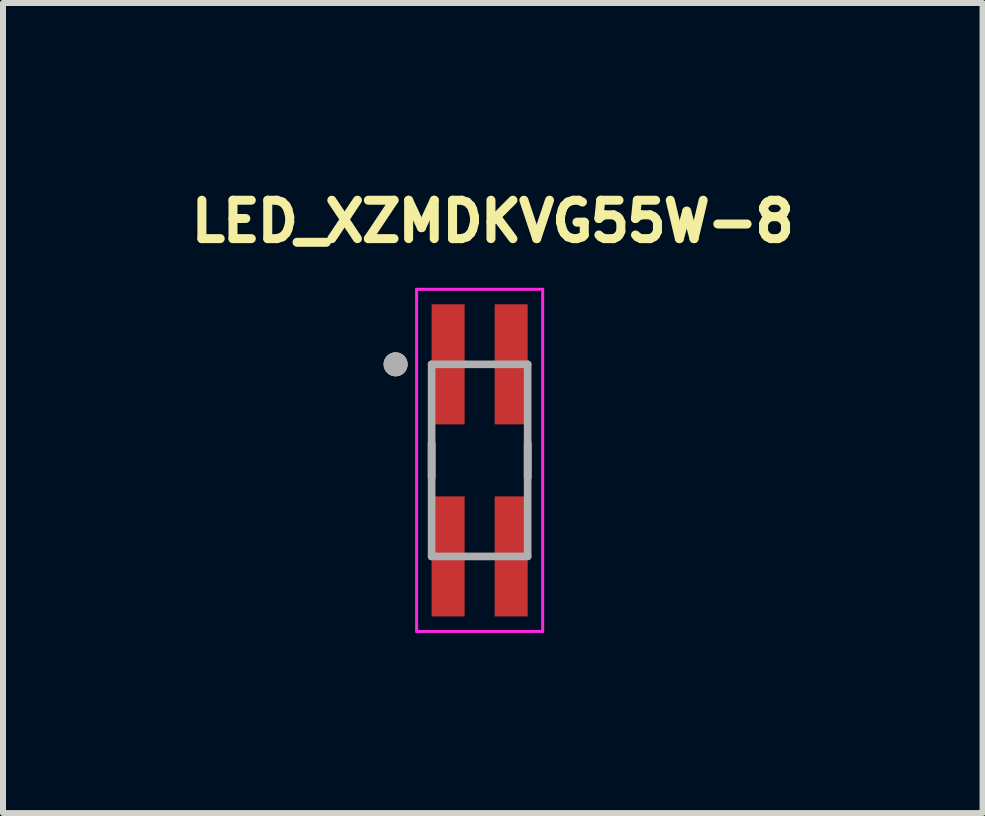
<source format=kicad_pcb>
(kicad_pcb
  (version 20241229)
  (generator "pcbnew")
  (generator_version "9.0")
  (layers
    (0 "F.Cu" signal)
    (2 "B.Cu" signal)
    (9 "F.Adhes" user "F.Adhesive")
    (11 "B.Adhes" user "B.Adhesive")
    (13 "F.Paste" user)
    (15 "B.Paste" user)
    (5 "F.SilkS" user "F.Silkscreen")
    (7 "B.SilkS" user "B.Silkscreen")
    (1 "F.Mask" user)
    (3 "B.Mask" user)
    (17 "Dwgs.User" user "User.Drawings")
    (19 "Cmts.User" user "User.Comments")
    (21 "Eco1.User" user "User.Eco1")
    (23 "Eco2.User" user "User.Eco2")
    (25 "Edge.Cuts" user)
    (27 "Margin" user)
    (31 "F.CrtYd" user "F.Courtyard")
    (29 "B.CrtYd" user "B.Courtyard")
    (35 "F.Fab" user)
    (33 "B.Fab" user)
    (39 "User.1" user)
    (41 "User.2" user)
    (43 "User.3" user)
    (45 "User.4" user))
  (footprint "LED_XZMDKVG55W-8"
    (layer "F.Cu")
    (at 4.94 4.619)
    (property "Reference" "LED_XZMDKVG55W-8" (at 0.219 -3.982 0) (layer "F.SilkS") (effects (font (size 0.64 0.64) (thickness 0.15))))
    (attr smd)
    (fp_line (start -0.8 0.286) (end -0.8 -0.286) (stroke (width 0.127) (type solid)) (layer "F.SilkS"))
    (fp_line (start 0.8 0.286) (end 0.8 -0.286) (stroke (width 0.127) (type solid)) (layer "F.SilkS"))
    (fp_circle (center -1.4 -1.6) (end -1.3 -1.6) (stroke (width 0.2) (type solid)) (fill no) (layer "F.SilkS"))
    (fp_line (start -1.05 -2.85) (end 1.05 -2.85) (stroke (width 0.05) (type solid)) (layer "F.CrtYd"))
    (fp_line (start -1.05 2.85) (end -1.05 -2.85) (stroke (width 0.05) (type solid)) (layer "F.CrtYd"))
    (fp_line (start 1.05 -2.85) (end 1.05 2.85) (stroke (width 0.05) (type solid)) (layer "F.CrtYd"))
    (fp_line (start 1.05 2.85) (end -1.05 2.85) (stroke (width 0.05) (type solid)) (layer "F.CrtYd"))
    (fp_line (start -0.8 -1.6) (end 0.8 -1.6) (stroke (width 0.127) (type solid)) (layer "F.Fab"))
    (fp_line (start -0.8 1.6) (end -0.8 -1.6) (stroke (width 0.127) (type solid)) (layer "F.Fab"))
    (fp_line (start 0.8 -1.6) (end 0.8 1.6) (stroke (width 0.127) (type solid)) (layer "F.Fab"))
    (fp_line (start 0.8 1.6) (end -0.8 1.6) (stroke (width 0.127) (type solid)) (layer "F.Fab"))
    (fp_circle (center -1.4 -1.6) (end -1.3 -1.6) (stroke (width 0.2) (type solid)) (fill no) (layer "F.Fab"))
    (pad "1" smd rect (at -0.525 -1.6 90) (size 2 0.55) (layers "F.Cu" "F.Mask" "F.Paste"))
    (pad "2" smd rect (at -0.525 1.6 90) (size 2 0.55) (layers "F.Cu" "F.Mask" "F.Paste"))
    (pad "3" smd rect (at 0.525 -1.6 90) (size 2 0.55) (layers "F.Cu" "F.Mask" "F.Paste"))
    (pad "4" smd rect (at 0.525 1.6 90) (size 2 0.55) (layers "F.Cu" "F.Mask" "F.Paste")))
  (gr_rect
    (start -3 -3)
    (end 13.318 10.494)
    (stroke (width 0.1) (type default))
    (fill no)
    (layer "Edge.Cuts")))
</source>
